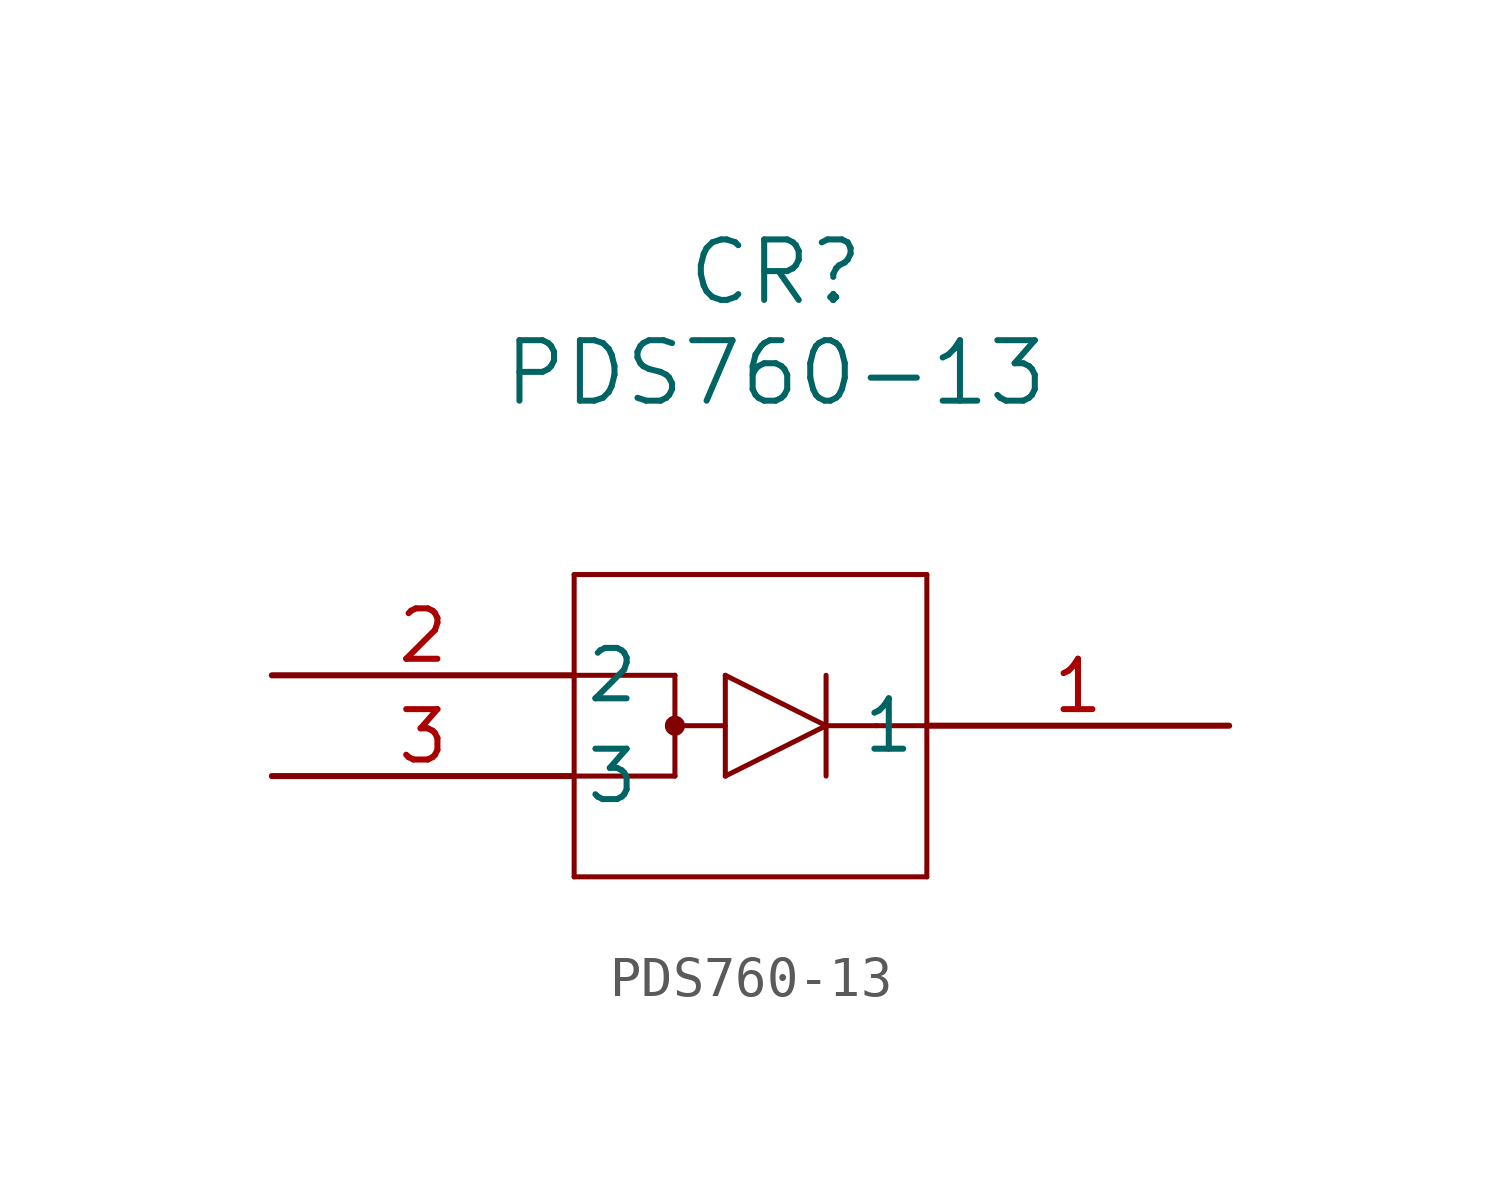
<source format=kicad_sym>
(kicad_symbol_lib
  (version 20220914)
  (generator kicad_symbol_editor)
  (symbol "PDS760-13"
    (pin_names
      (offset 0.254))
    (property "Reference" "CR"
      (at 20.32 10.16 0)
      (effects (font (size 1.524 1.524))))
    (property "Value" "PDS760-13"
      (at 20.32 7.62 0)
      (effects (font (size 1.524 1.524))))
    (property "ki_locked" ""
      (at 0 0 0)
      (effects (font (size 1.27 1.27))))
    (symbol "PDS760-13_0_1"
      (polyline (pts (xy 15.24 -5.08) (xy 24.13 -5.08)) (stroke (width 0.127) (type default)) (fill (type none)))
      (polyline (pts (xy 15.24 -2.54) (xy 17.78 -2.54)) (stroke (width 0.127) (type default)) (fill (type none)))
      (polyline (pts (xy 15.24 0) (xy 17.78 0)) (stroke (width 0.127) (type default)) (fill (type none)))
      (polyline (pts (xy 15.24 2.54) (xy 15.24 -5.08)) (stroke (width 0.127) (type default)) (fill (type none)))
      (polyline (pts (xy 17.78 -2.54) (xy 17.78 0)) (stroke (width 0.127) (type default)) (fill (type none)))
      (polyline (pts (xy 17.78 -1.27) (xy 19.05 -1.27)) (stroke (width 0.127) (type default)) (fill (type none)))
      (polyline (pts (xy 19.05 -2.54) (xy 21.59 -1.27)) (stroke (width 0.127) (type default)) (fill (type none)))
      (polyline (pts (xy 19.05 0) (xy 19.05 -2.54)) (stroke (width 0.127) (type default)) (fill (type none)))
      (polyline (pts (xy 21.59 -1.27) (xy 19.05 0)) (stroke (width 0.127) (type default)) (fill (type none)))
      (polyline (pts (xy 21.59 0) (xy 21.59 -2.54)) (stroke (width 0.127) (type default)) (fill (type none)))
      (polyline (pts (xy 22.86 -1.27) (xy 21.59 -1.27)) (stroke (width 0.127) (type default)) (fill (type none)))
      (polyline (pts (xy 22.86 -1.27) (xy 24.13 -1.27)) (stroke (width 0.127) (type default)) (fill (type none)))
      (polyline (pts (xy 24.13 -5.08) (xy 24.13 2.54)) (stroke (width 0.127) (type default)) (fill (type none)))
      (polyline (pts (xy 24.13 2.54) (xy 15.24 2.54)) (stroke (width 0.127) (type default)) (fill (type none)))
      (circle (center 17.78 -1.27) (radius 0.127) (stroke (width 0.254) (type default)) (fill (type none)))
      (pin unspecified line (at 31.75 -1.27 180) (length 7.62) (name "1" (effects (font (size 1.27 1.27)))) (number "1" (effects (font (size 1.27 1.27)))))
      (pin unspecified line (at 7.62 0 0) (length 7.62) (name "2" (effects (font (size 1.27 1.27)))) (number "2" (effects (font (size 1.27 1.27)))))
      (pin unspecified line (at 7.62 -2.54 0) (length 7.62) (name "3" (effects (font (size 1.27 1.27)))) (number "3" (effects (font (size 1.27 1.27))))))))
</source>
